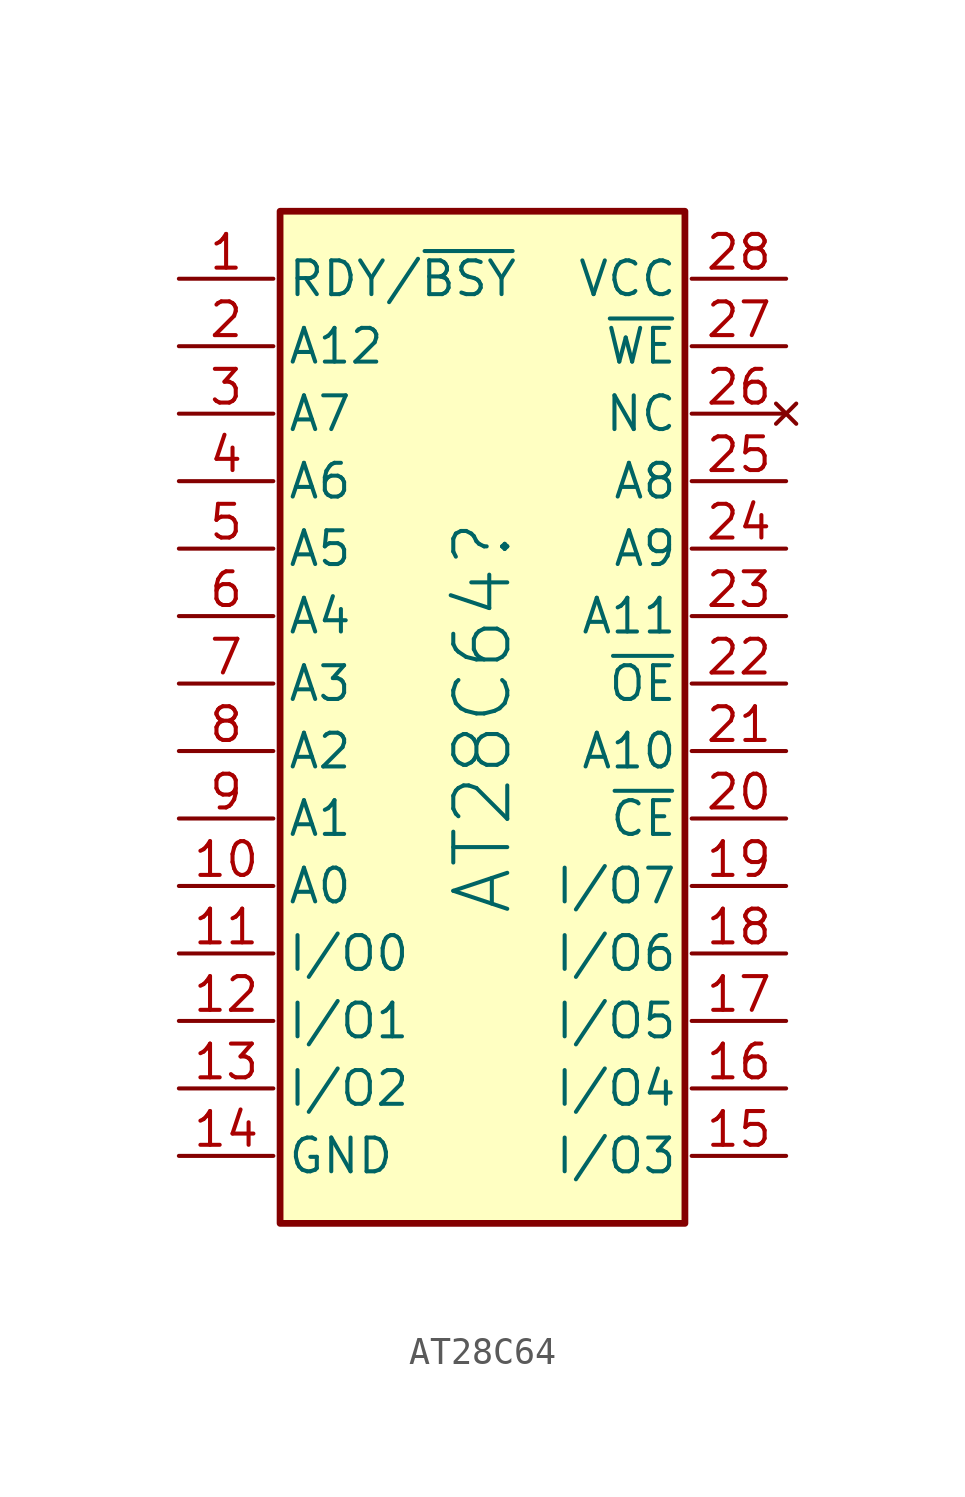
<source format=kicad_sym>
(kicad_symbol_lib
  (version 20241209)
  (generator "kicad_symbol_editor")
  (generator_version "9.0")
  (symbol "AT28C64"
    (property "Reference" "AT28C64"
      (at 0 0 90)
      (do_not_autoplace)
      (effects (font (size 2.032 2.032))))
    (property "Value" ""
      (at 0 0 0)
      (effects (font (size 1.27 1.27))))
    (symbol "AT28C64_1_1"
      (rectangle (start -7.62 19.05) (end 7.62 -19.05) (stroke (width 0.254) (type default)) (fill (type background)))
      (pin output line (at -11.43 16.51 0) (length 3.556) (name "RDY/~{BSY}" (effects (font (size 1.27 1.27)))) (number "1" (effects (font (size 1.27 1.27)))))
      (pin input line (at -11.43 13.97 0) (length 3.556) (name "A12" (effects (font (size 1.27 1.27)))) (number "2" (effects (font (size 1.27 1.27)))))
      (pin input line (at -11.43 11.43 0) (length 3.556) (name "A7" (effects (font (size 1.27 1.27)))) (number "3" (effects (font (size 1.27 1.27)))))
      (pin input line (at -11.43 8.89 0) (length 3.556) (name "A6" (effects (font (size 1.27 1.27)))) (number "4" (effects (font (size 1.27 1.27)))))
      (pin input line (at -11.43 6.35 0) (length 3.556) (name "A5" (effects (font (size 1.27 1.27)))) (number "5" (effects (font (size 1.27 1.27)))))
      (pin input line (at -11.43 3.81 0) (length 3.556) (name "A4" (effects (font (size 1.27 1.27)))) (number "6" (effects (font (size 1.27 1.27)))))
      (pin input line (at -11.43 1.27 0) (length 3.556) (name "A3" (effects (font (size 1.27 1.27)))) (number "7" (effects (font (size 1.27 1.27)))))
      (pin input line (at -11.43 -1.27 0) (length 3.556) (name "A2" (effects (font (size 1.27 1.27)))) (number "8" (effects (font (size 1.27 1.27)))))
      (pin input line (at -11.43 -3.81 0) (length 3.556) (name "A1" (effects (font (size 1.27 1.27)))) (number "9" (effects (font (size 1.27 1.27)))))
      (pin input line (at -11.43 -6.35 0) (length 3.556) (name "A0" (effects (font (size 1.27 1.27)))) (number "10" (effects (font (size 1.27 1.27)))))
      (pin bidirectional line (at -11.43 -8.89 0) (length 3.556) (name "I/O0" (effects (font (size 1.27 1.27)))) (number "11" (effects (font (size 1.27 1.27)))))
      (pin bidirectional line (at -11.43 -11.43 0) (length 3.556) (name "I/O1" (effects (font (size 1.27 1.27)))) (number "12" (effects (font (size 1.27 1.27)))))
      (pin bidirectional line (at -11.43 -13.97 0) (length 3.556) (name "I/O2" (effects (font (size 1.27 1.27)))) (number "13" (effects (font (size 1.27 1.27)))))
      (pin power_in line (at -11.43 -16.51 0) (length 3.556) (name "GND" (effects (font (size 1.27 1.27)))) (number "14" (effects (font (size 1.27 1.27)))))
      (pin power_in line (at 11.43 16.51 180) (length 3.556) (name "VCC" (effects (font (size 1.27 1.27)))) (number "28" (effects (font (size 1.27 1.27)))))
      (pin input line (at 11.43 13.97 180) (length 3.556) (name "~{WE}" (effects (font (size 1.27 1.27)))) (number "27" (effects (font (size 1.27 1.27)))))
      (pin no_connect line (at 11.43 11.43 180) (length 3.556) (name "NC" (effects (font (size 1.27 1.27)))) (number "26" (effects (font (size 1.27 1.27)))))
      (pin input line (at 11.43 8.89 180) (length 3.556) (name "A8" (effects (font (size 1.27 1.27)))) (number "25" (effects (font (size 1.27 1.27)))))
      (pin input line (at 11.43 6.35 180) (length 3.556) (name "A9" (effects (font (size 1.27 1.27)))) (number "24" (effects (font (size 1.27 1.27)))))
      (pin input line (at 11.43 3.81 180) (length 3.556) (name "A11" (effects (font (size 1.27 1.27)))) (number "23" (effects (font (size 1.27 1.27)))))
      (pin input line (at 11.43 1.27 180) (length 3.556) (name "~{OE}" (effects (font (size 1.27 1.27)))) (number "22" (effects (font (size 1.27 1.27)))))
      (pin input line (at 11.43 -1.27 180) (length 3.556) (name "A10" (effects (font (size 1.27 1.27)))) (number "21" (effects (font (size 1.27 1.27)))))
      (pin input line (at 11.43 -3.81 180) (length 3.556) (name "~{CE}" (effects (font (size 1.27 1.27)))) (number "20" (effects (font (size 1.27 1.27)))))
      (pin bidirectional line (at 11.43 -6.35 180) (length 3.556) (name "I/O7" (effects (font (size 1.27 1.27)))) (number "19" (effects (font (size 1.27 1.27)))))
      (pin bidirectional line (at 11.43 -8.89 180) (length 3.556) (name "I/O6" (effects (font (size 1.27 1.27)))) (number "18" (effects (font (size 1.27 1.27)))))
      (pin bidirectional line (at 11.43 -11.43 180) (length 3.556) (name "I/O5" (effects (font (size 1.27 1.27)))) (number "17" (effects (font (size 1.27 1.27)))))
      (pin bidirectional line (at 11.43 -13.97 180) (length 3.556) (name "I/O4" (effects (font (size 1.27 1.27)))) (number "16" (effects (font (size 1.27 1.27)))))
      (pin bidirectional line (at 11.43 -16.51 180) (length 3.556) (name "I/O3" (effects (font (size 1.27 1.27)))) (number "15" (effects (font (size 1.27 1.27))))))))
</source>
